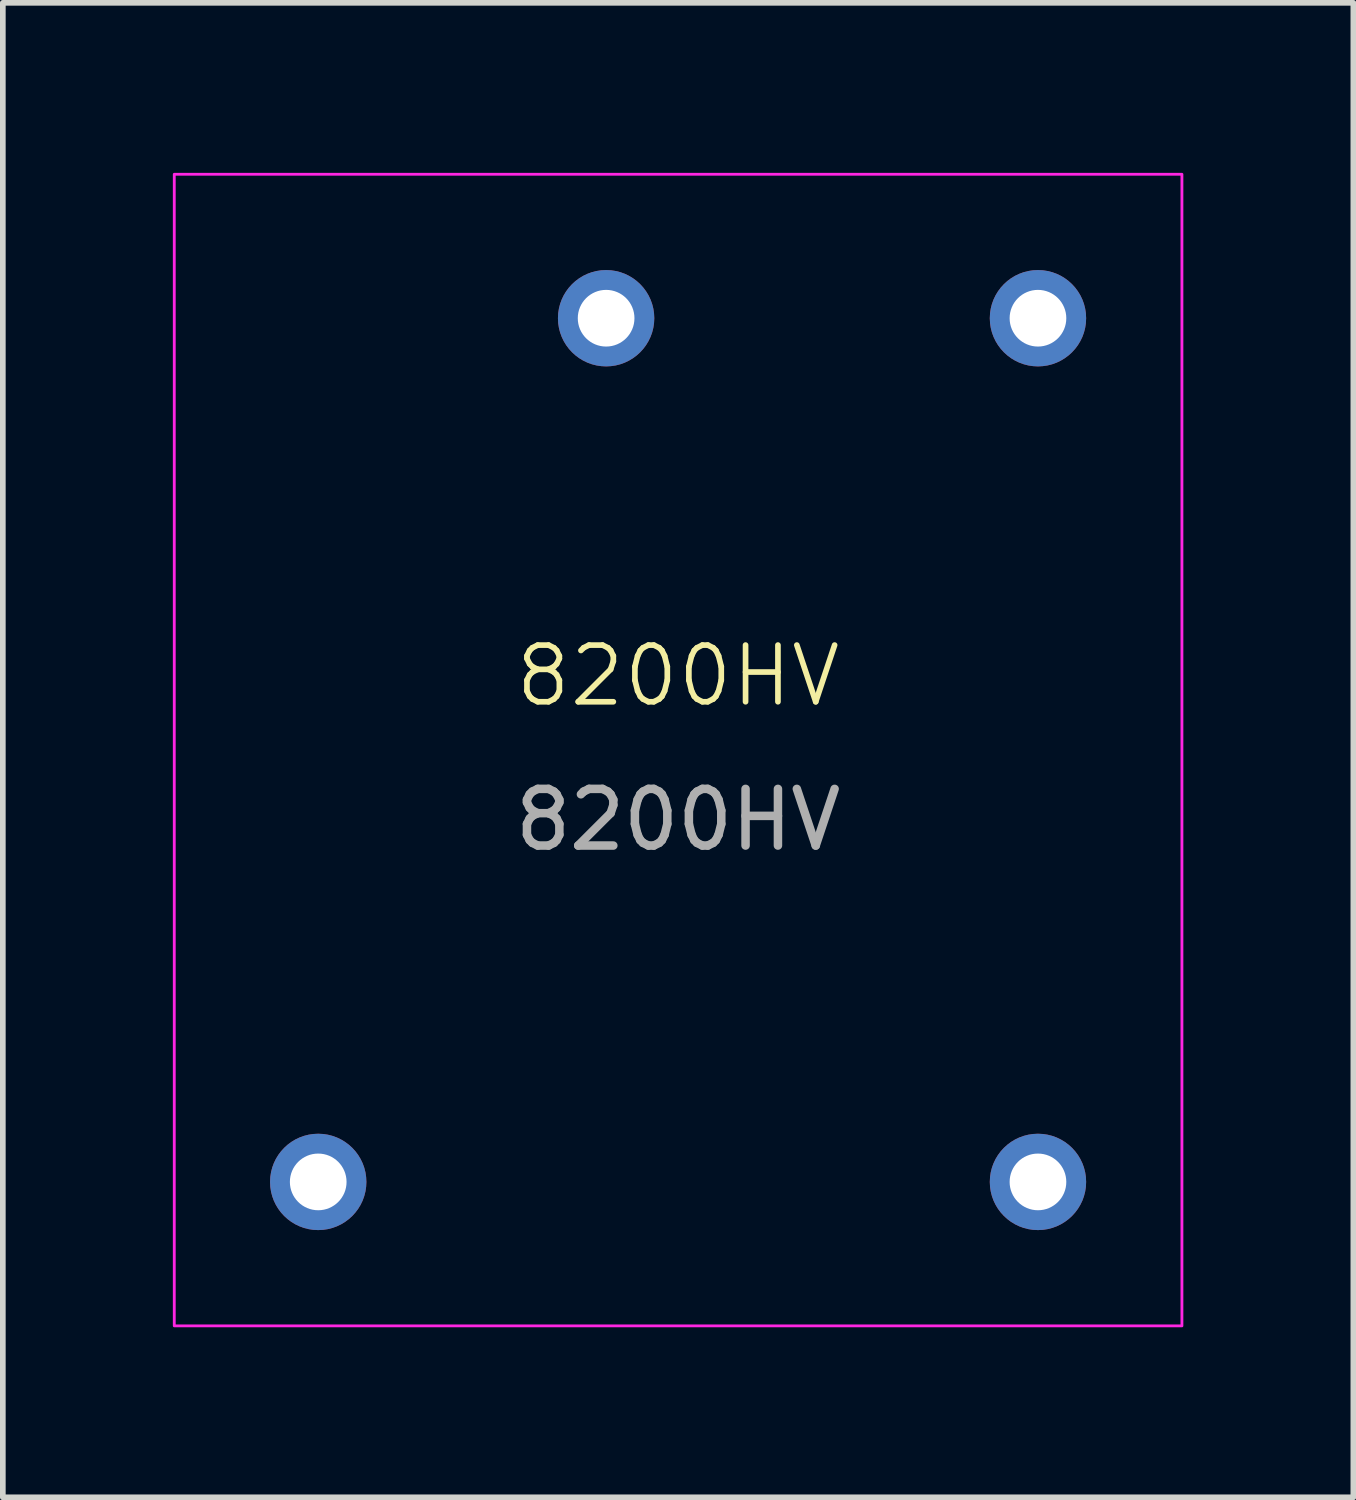
<source format=kicad_pcb>
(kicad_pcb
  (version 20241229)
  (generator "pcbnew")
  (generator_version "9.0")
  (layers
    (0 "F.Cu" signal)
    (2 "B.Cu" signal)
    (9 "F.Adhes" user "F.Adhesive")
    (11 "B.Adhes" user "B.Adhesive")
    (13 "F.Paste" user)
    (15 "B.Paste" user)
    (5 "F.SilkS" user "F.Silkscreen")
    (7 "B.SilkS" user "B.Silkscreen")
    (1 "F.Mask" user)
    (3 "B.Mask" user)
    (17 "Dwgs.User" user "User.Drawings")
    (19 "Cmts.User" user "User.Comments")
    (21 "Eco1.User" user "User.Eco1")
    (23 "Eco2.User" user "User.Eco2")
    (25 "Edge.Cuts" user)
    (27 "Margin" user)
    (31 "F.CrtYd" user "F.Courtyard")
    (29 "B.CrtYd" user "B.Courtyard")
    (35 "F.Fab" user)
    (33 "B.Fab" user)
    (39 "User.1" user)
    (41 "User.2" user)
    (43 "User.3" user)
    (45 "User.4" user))
  (footprint "8200HV"
    (layer "F.Cu")
    (at 8.915 10.145)
    (property "Reference" "8200HV" (at 0 -1.27 0) (unlocked yes) (layer "F.SilkS") (effects (font (size 1 1) (thickness 0.1))))
    (attr smd)
    (fp_rect (start 8.89 10.2) (end -8.89 -10.12) (stroke (width 0.05) (type default)) (fill no) (layer "F.CrtYd"))
    (fp_text user "${REFERENCE}" (at 0 1.27 0) (unlocked yes) (layer "F.Fab") (effects (font (size 1 1) (thickness 0.15))))
    (pad "1" thru_hole circle (at 6.35 -7.58) (size 1.7 1.7) (drill 1) (layers "*.Cu" "*.Mask"))
    (pad "2" thru_hole circle (at 6.35 7.66) (size 1.7 1.7) (drill 1) (layers "*.Cu" "*.Mask"))
    (pad "3" thru_hole circle (at -6.35 7.66) (size 1.7 1.7) (drill 1) (layers "*.Cu" "*.Mask"))
    (pad "3" thru_hole circle (at -1.27 -7.58) (size 1.7 1.7) (drill 1) (layers "*.Cu" "*.Mask")))
  (gr_rect
    (start -3 -3)
    (end 20.83 23.37)
    (stroke (width 0.1) (type default))
    (fill no)
    (layer "Edge.Cuts")))
</source>
